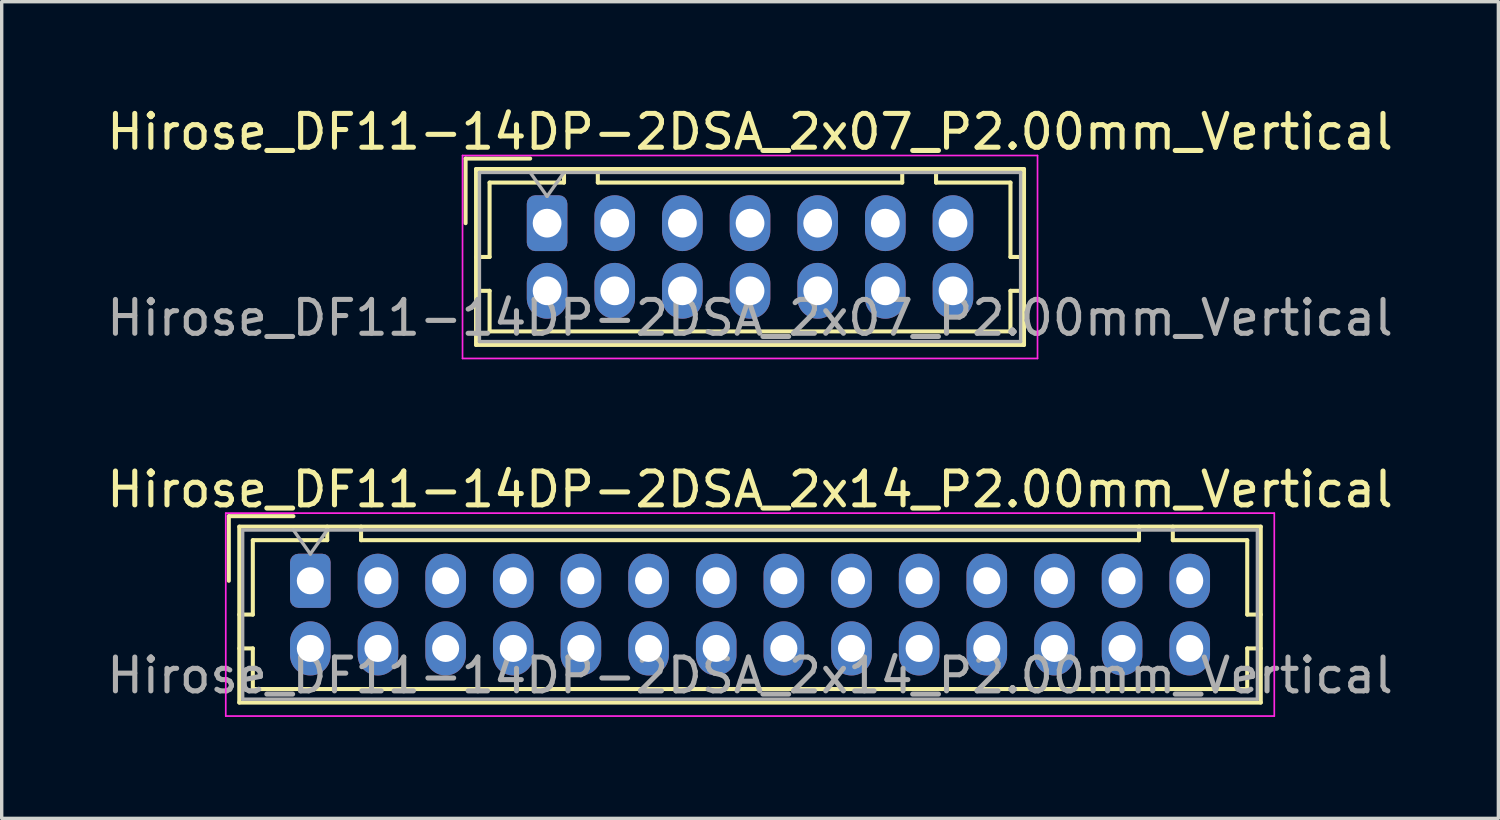
<source format=kicad_pcb>
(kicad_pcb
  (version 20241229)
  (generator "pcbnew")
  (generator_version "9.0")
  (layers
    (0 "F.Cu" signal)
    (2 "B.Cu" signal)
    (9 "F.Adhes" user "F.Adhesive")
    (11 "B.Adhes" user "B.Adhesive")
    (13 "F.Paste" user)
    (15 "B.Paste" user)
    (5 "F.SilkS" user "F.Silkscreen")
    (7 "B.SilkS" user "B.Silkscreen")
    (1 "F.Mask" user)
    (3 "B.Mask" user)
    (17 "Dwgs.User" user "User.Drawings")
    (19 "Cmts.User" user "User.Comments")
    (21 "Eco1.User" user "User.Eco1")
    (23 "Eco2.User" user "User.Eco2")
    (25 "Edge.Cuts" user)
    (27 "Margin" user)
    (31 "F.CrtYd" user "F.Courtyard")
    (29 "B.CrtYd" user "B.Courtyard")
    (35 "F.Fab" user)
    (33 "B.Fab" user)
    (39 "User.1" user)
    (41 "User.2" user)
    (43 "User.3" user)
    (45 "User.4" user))
  (footprint "Hirose_DF11-14DP-2DSA_2x14_P2.00mm_Vertical"
    (layer "F.Cu")
    (at 6.125 14.121)
    (property "Reference" "Hirose_DF11-14DP-2DSA_2x14_P2.00mm_Vertical" (at 13 -2.7 0) (layer "F.SilkS") (effects (font (size 1 1) (thickness 0.15))))
    (attr through_hole)
    (fp_line (start -2.41 -1.91) (end -0.5 -1.91) (stroke (width 0.12) (type solid)) (layer "F.SilkS"))
    (fp_line (start -2.41 0) (end -2.41 -1.91) (stroke (width 0.12) (type solid)) (layer "F.SilkS"))
    (fp_line (start -2.1 -1.6) (end -2.1 3.6) (stroke (width 0.12) (type solid)) (layer "F.SilkS"))
    (fp_line (start -2.1 1) (end -1.7 1) (stroke (width 0.12) (type solid)) (layer "F.SilkS"))
    (fp_line (start -2.1 2) (end -1.7 2) (stroke (width 0.12) (type solid)) (layer "F.SilkS"))
    (fp_line (start -2.1 3.6) (end 28.1 3.6) (stroke (width 0.12) (type solid)) (layer "F.SilkS"))
    (fp_line (start -1.7 -1.2) (end 0.5 -1.2) (stroke (width 0.12) (type solid)) (layer "F.SilkS"))
    (fp_line (start -1.7 1) (end -1.7 -1.2) (stroke (width 0.12) (type solid)) (layer "F.SilkS"))
    (fp_line (start -1.7 2) (end -1.7 3.2) (stroke (width 0.12) (type solid)) (layer "F.SilkS"))
    (fp_line (start -1.7 3.2) (end 27.7 3.2) (stroke (width 0.12) (type solid)) (layer "F.SilkS"))
    (fp_line (start 0.5 -1.2) (end 0.5 -1.6) (stroke (width 0.12) (type solid)) (layer "F.SilkS"))
    (fp_line (start 1.5 -1.6) (end 1.5 -1.2) (stroke (width 0.12) (type solid)) (layer "F.SilkS"))
    (fp_line (start 1.5 -1.2) (end 24.5 -1.2) (stroke (width 0.12) (type solid)) (layer "F.SilkS"))
    (fp_line (start 24.5 -1.2) (end 24.5 -1.6) (stroke (width 0.12) (type solid)) (layer "F.SilkS"))
    (fp_line (start 25.5 -1.2) (end 25.5 -1.6) (stroke (width 0.12) (type solid)) (layer "F.SilkS"))
    (fp_line (start 27.7 -1.2) (end 25.5 -1.2) (stroke (width 0.12) (type solid)) (layer "F.SilkS"))
    (fp_line (start 27.7 1) (end 27.7 -1.2) (stroke (width 0.12) (type solid)) (layer "F.SilkS"))
    (fp_line (start 27.7 2) (end 28.1 2) (stroke (width 0.12) (type solid)) (layer "F.SilkS"))
    (fp_line (start 27.7 3.2) (end 27.7 2) (stroke (width 0.12) (type solid)) (layer "F.SilkS"))
    (fp_line (start 28.1 -1.6) (end -2.1 -1.6) (stroke (width 0.12) (type solid)) (layer "F.SilkS"))
    (fp_line (start 28.1 1) (end 27.7 1) (stroke (width 0.12) (type solid)) (layer "F.SilkS"))
    (fp_line (start 28.1 3.6) (end 28.1 -1.6) (stroke (width 0.12) (type solid)) (layer "F.SilkS"))
    (fp_line (start -2.5 -2) (end -2.5 4) (stroke (width 0.05) (type solid)) (layer "F.CrtYd"))
    (fp_line (start -2.5 4) (end 28.5 4) (stroke (width 0.05) (type solid)) (layer "F.CrtYd"))
    (fp_line (start 28.5 -2) (end -2.5 -2) (stroke (width 0.05) (type solid)) (layer "F.CrtYd"))
    (fp_line (start 28.5 4) (end 28.5 -2) (stroke (width 0.05) (type solid)) (layer "F.CrtYd"))
    (fp_line (start -2 -1.5) (end -2 3.5) (stroke (width 0.1) (type solid)) (layer "F.Fab"))
    (fp_line (start -2 3.5) (end 28 3.5) (stroke (width 0.1) (type solid)) (layer "F.Fab"))
    (fp_line (start -0.5 -1.5) (end 0 -0.793) (stroke (width 0.1) (type solid)) (layer "F.Fab"))
    (fp_line (start 0 -0.793) (end 0.5 -1.5) (stroke (width 0.1) (type solid)) (layer "F.Fab"))
    (fp_line (start 28 -1.5) (end -2 -1.5) (stroke (width 0.1) (type solid)) (layer "F.Fab"))
    (fp_line (start 28 3.5) (end 28 -1.5) (stroke (width 0.1) (type solid)) (layer "F.Fab"))
    (fp_text user "${REFERENCE}" (at 13 2.8 0) (layer "F.Fab") (effects (font (size 1 1) (thickness 0.15))))
    (pad "1" thru_hole roundrect (at 0 0) (size 1.2 1.6) (drill 0.8) (layers "*.Cu" "*.Mask") (roundrect_rratio 0.208))
    (pad "2" thru_hole oval (at 0 2) (size 1.2 1.6) (drill 0.8) (layers "*.Cu" "*.Mask"))
    (pad "3" thru_hole oval (at 2 0) (size 1.2 1.6) (drill 0.8) (layers "*.Cu" "*.Mask"))
    (pad "4" thru_hole oval (at 2 2) (size 1.2 1.6) (drill 0.8) (layers "*.Cu" "*.Mask"))
    (pad "5" thru_hole oval (at 4 0) (size 1.2 1.6) (drill 0.8) (layers "*.Cu" "*.Mask"))
    (pad "6" thru_hole oval (at 4 2) (size 1.2 1.6) (drill 0.8) (layers "*.Cu" "*.Mask"))
    (pad "7" thru_hole oval (at 6 0) (size 1.2 1.6) (drill 0.8) (layers "*.Cu" "*.Mask"))
    (pad "8" thru_hole oval (at 6 2) (size 1.2 1.6) (drill 0.8) (layers "*.Cu" "*.Mask"))
    (pad "9" thru_hole oval (at 8 0) (size 1.2 1.6) (drill 0.8) (layers "*.Cu" "*.Mask"))
    (pad "10" thru_hole oval (at 8 2) (size 1.2 1.6) (drill 0.8) (layers "*.Cu" "*.Mask"))
    (pad "11" thru_hole oval (at 10 0) (size 1.2 1.6) (drill 0.8) (layers "*.Cu" "*.Mask"))
    (pad "12" thru_hole oval (at 10 2) (size 1.2 1.6) (drill 0.8) (layers "*.Cu" "*.Mask"))
    (pad "13" thru_hole oval (at 12 0) (size 1.2 1.6) (drill 0.8) (layers "*.Cu" "*.Mask"))
    (pad "14" thru_hole oval (at 12 2) (size 1.2 1.6) (drill 0.8) (layers "*.Cu" "*.Mask"))
    (pad "15" thru_hole oval (at 14 0) (size 1.2 1.6) (drill 0.8) (layers "*.Cu" "*.Mask"))
    (pad "16" thru_hole oval (at 14 2) (size 1.2 1.6) (drill 0.8) (layers "*.Cu" "*.Mask"))
    (pad "17" thru_hole oval (at 16 0) (size 1.2 1.6) (drill 0.8) (layers "*.Cu" "*.Mask"))
    (pad "18" thru_hole oval (at 16 2) (size 1.2 1.6) (drill 0.8) (layers "*.Cu" "*.Mask"))
    (pad "19" thru_hole oval (at 18 0) (size 1.2 1.6) (drill 0.8) (layers "*.Cu" "*.Mask"))
    (pad "20" thru_hole oval (at 18 2) (size 1.2 1.6) (drill 0.8) (layers "*.Cu" "*.Mask"))
    (pad "21" thru_hole oval (at 20 0) (size 1.2 1.6) (drill 0.8) (layers "*.Cu" "*.Mask"))
    (pad "22" thru_hole oval (at 20 2) (size 1.2 1.6) (drill 0.8) (layers "*.Cu" "*.Mask"))
    (pad "23" thru_hole oval (at 22 0) (size 1.2 1.6) (drill 0.8) (layers "*.Cu" "*.Mask"))
    (pad "24" thru_hole oval (at 22 2) (size 1.2 1.6) (drill 0.8) (layers "*.Cu" "*.Mask"))
    (pad "25" thru_hole oval (at 24 0) (size 1.2 1.6) (drill 0.8) (layers "*.Cu" "*.Mask"))
    (pad "26" thru_hole oval (at 24 2) (size 1.2 1.6) (drill 0.8) (layers "*.Cu" "*.Mask"))
    (pad "27" thru_hole oval (at 26 0) (size 1.2 1.6) (drill 0.8) (layers "*.Cu" "*.Mask"))
    (pad "28" thru_hole oval (at 26 2) (size 1.2 1.6) (drill 0.8) (layers "*.Cu" "*.Mask")))
  (footprint "Hirose_DF11-14DP-2DSA_2x07_P2.00mm_Vertical"
    (layer "F.Cu")
    (at 13.125 3.548)
    (property "Reference" "Hirose_DF11-14DP-2DSA_2x07_P2.00mm_Vertical" (at 6 -2.7 0) (layer "F.SilkS") (effects (font (size 1 1) (thickness 0.15))))
    (attr through_hole)
    (fp_line (start -2.41 -1.91) (end -0.5 -1.91) (stroke (width 0.12) (type solid)) (layer "F.SilkS"))
    (fp_line (start -2.41 0) (end -2.41 -1.91) (stroke (width 0.12) (type solid)) (layer "F.SilkS"))
    (fp_line (start -2.1 -1.6) (end -2.1 3.6) (stroke (width 0.12) (type solid)) (layer "F.SilkS"))
    (fp_line (start -2.1 1) (end -1.7 1) (stroke (width 0.12) (type solid)) (layer "F.SilkS"))
    (fp_line (start -2.1 2) (end -1.7 2) (stroke (width 0.12) (type solid)) (layer "F.SilkS"))
    (fp_line (start -2.1 3.6) (end 14.1 3.6) (stroke (width 0.12) (type solid)) (layer "F.SilkS"))
    (fp_line (start -1.7 -1.2) (end 0.5 -1.2) (stroke (width 0.12) (type solid)) (layer "F.SilkS"))
    (fp_line (start -1.7 1) (end -1.7 -1.2) (stroke (width 0.12) (type solid)) (layer "F.SilkS"))
    (fp_line (start -1.7 2) (end -1.7 3.2) (stroke (width 0.12) (type solid)) (layer "F.SilkS"))
    (fp_line (start -1.7 3.2) (end 13.7 3.2) (stroke (width 0.12) (type solid)) (layer "F.SilkS"))
    (fp_line (start 0.5 -1.2) (end 0.5 -1.6) (stroke (width 0.12) (type solid)) (layer "F.SilkS"))
    (fp_line (start 1.5 -1.6) (end 1.5 -1.2) (stroke (width 0.12) (type solid)) (layer "F.SilkS"))
    (fp_line (start 1.5 -1.2) (end 10.5 -1.2) (stroke (width 0.12) (type solid)) (layer "F.SilkS"))
    (fp_line (start 10.5 -1.2) (end 10.5 -1.6) (stroke (width 0.12) (type solid)) (layer "F.SilkS"))
    (fp_line (start 11.5 -1.2) (end 11.5 -1.6) (stroke (width 0.12) (type solid)) (layer "F.SilkS"))
    (fp_line (start 13.7 -1.2) (end 11.5 -1.2) (stroke (width 0.12) (type solid)) (layer "F.SilkS"))
    (fp_line (start 13.7 1) (end 13.7 -1.2) (stroke (width 0.12) (type solid)) (layer "F.SilkS"))
    (fp_line (start 13.7 2) (end 14.1 2) (stroke (width 0.12) (type solid)) (layer "F.SilkS"))
    (fp_line (start 13.7 3.2) (end 13.7 2) (stroke (width 0.12) (type solid)) (layer "F.SilkS"))
    (fp_line (start 14.1 -1.6) (end -2.1 -1.6) (stroke (width 0.12) (type solid)) (layer "F.SilkS"))
    (fp_line (start 14.1 1) (end 13.7 1) (stroke (width 0.12) (type solid)) (layer "F.SilkS"))
    (fp_line (start 14.1 3.6) (end 14.1 -1.6) (stroke (width 0.12) (type solid)) (layer "F.SilkS"))
    (fp_line (start -2.5 -2) (end -2.5 4) (stroke (width 0.05) (type solid)) (layer "F.CrtYd"))
    (fp_line (start -2.5 4) (end 14.5 4) (stroke (width 0.05) (type solid)) (layer "F.CrtYd"))
    (fp_line (start 14.5 -2) (end -2.5 -2) (stroke (width 0.05) (type solid)) (layer "F.CrtYd"))
    (fp_line (start 14.5 4) (end 14.5 -2) (stroke (width 0.05) (type solid)) (layer "F.CrtYd"))
    (fp_line (start -2 -1.5) (end -2 3.5) (stroke (width 0.1) (type solid)) (layer "F.Fab"))
    (fp_line (start -2 3.5) (end 14 3.5) (stroke (width 0.1) (type solid)) (layer "F.Fab"))
    (fp_line (start -0.5 -1.5) (end 0 -0.793) (stroke (width 0.1) (type solid)) (layer "F.Fab"))
    (fp_line (start 0 -0.793) (end 0.5 -1.5) (stroke (width 0.1) (type solid)) (layer "F.Fab"))
    (fp_line (start 14 -1.5) (end -2 -1.5) (stroke (width 0.1) (type solid)) (layer "F.Fab"))
    (fp_line (start 14 3.5) (end 14 -1.5) (stroke (width 0.1) (type solid)) (layer "F.Fab"))
    (fp_text user "${REFERENCE}" (at 6 2.8 0) (layer "F.Fab") (effects (font (size 1 1) (thickness 0.15))))
    (pad "1" thru_hole roundrect (at 0 0) (size 1.2 1.65) (drill 0.85) (layers "*.Cu" "*.Mask") (roundrect_rratio 0.208))
    (pad "2" thru_hole oval (at 0 2) (size 1.2 1.65) (drill 0.85) (layers "*.Cu" "*.Mask"))
    (pad "3" thru_hole oval (at 2 0) (size 1.2 1.65) (drill 0.85) (layers "*.Cu" "*.Mask"))
    (pad "4" thru_hole oval (at 2 2) (size 1.2 1.65) (drill 0.85) (layers "*.Cu" "*.Mask"))
    (pad "5" thru_hole oval (at 4 0) (size 1.2 1.65) (drill 0.85) (layers "*.Cu" "*.Mask"))
    (pad "6" thru_hole oval (at 4 2) (size 1.2 1.65) (drill 0.85) (layers "*.Cu" "*.Mask"))
    (pad "7" thru_hole oval (at 6 0) (size 1.2 1.65) (drill 0.85) (layers "*.Cu" "*.Mask"))
    (pad "8" thru_hole oval (at 6 2) (size 1.2 1.65) (drill 0.85) (layers "*.Cu" "*.Mask"))
    (pad "9" thru_hole oval (at 8 0) (size 1.2 1.65) (drill 0.85) (layers "*.Cu" "*.Mask"))
    (pad "10" thru_hole oval (at 8 2) (size 1.2 1.65) (drill 0.85) (layers "*.Cu" "*.Mask"))
    (pad "11" thru_hole oval (at 10 0) (size 1.2 1.65) (drill 0.85) (layers "*.Cu" "*.Mask"))
    (pad "12" thru_hole oval (at 10 2) (size 1.2 1.65) (drill 0.85) (layers "*.Cu" "*.Mask"))
    (pad "13" thru_hole oval (at 12 0) (size 1.2 1.65) (drill 0.85) (layers "*.Cu" "*.Mask"))
    (pad "14" thru_hole oval (at 12 2) (size 1.2 1.65) (drill 0.85) (layers "*.Cu" "*.Mask")))
  (gr_rect
    (start -3 -3)
    (end 41.25 21.146)
    (stroke (width 0.1) (type default))
    (fill no)
    (layer "Edge.Cuts")))
</source>
